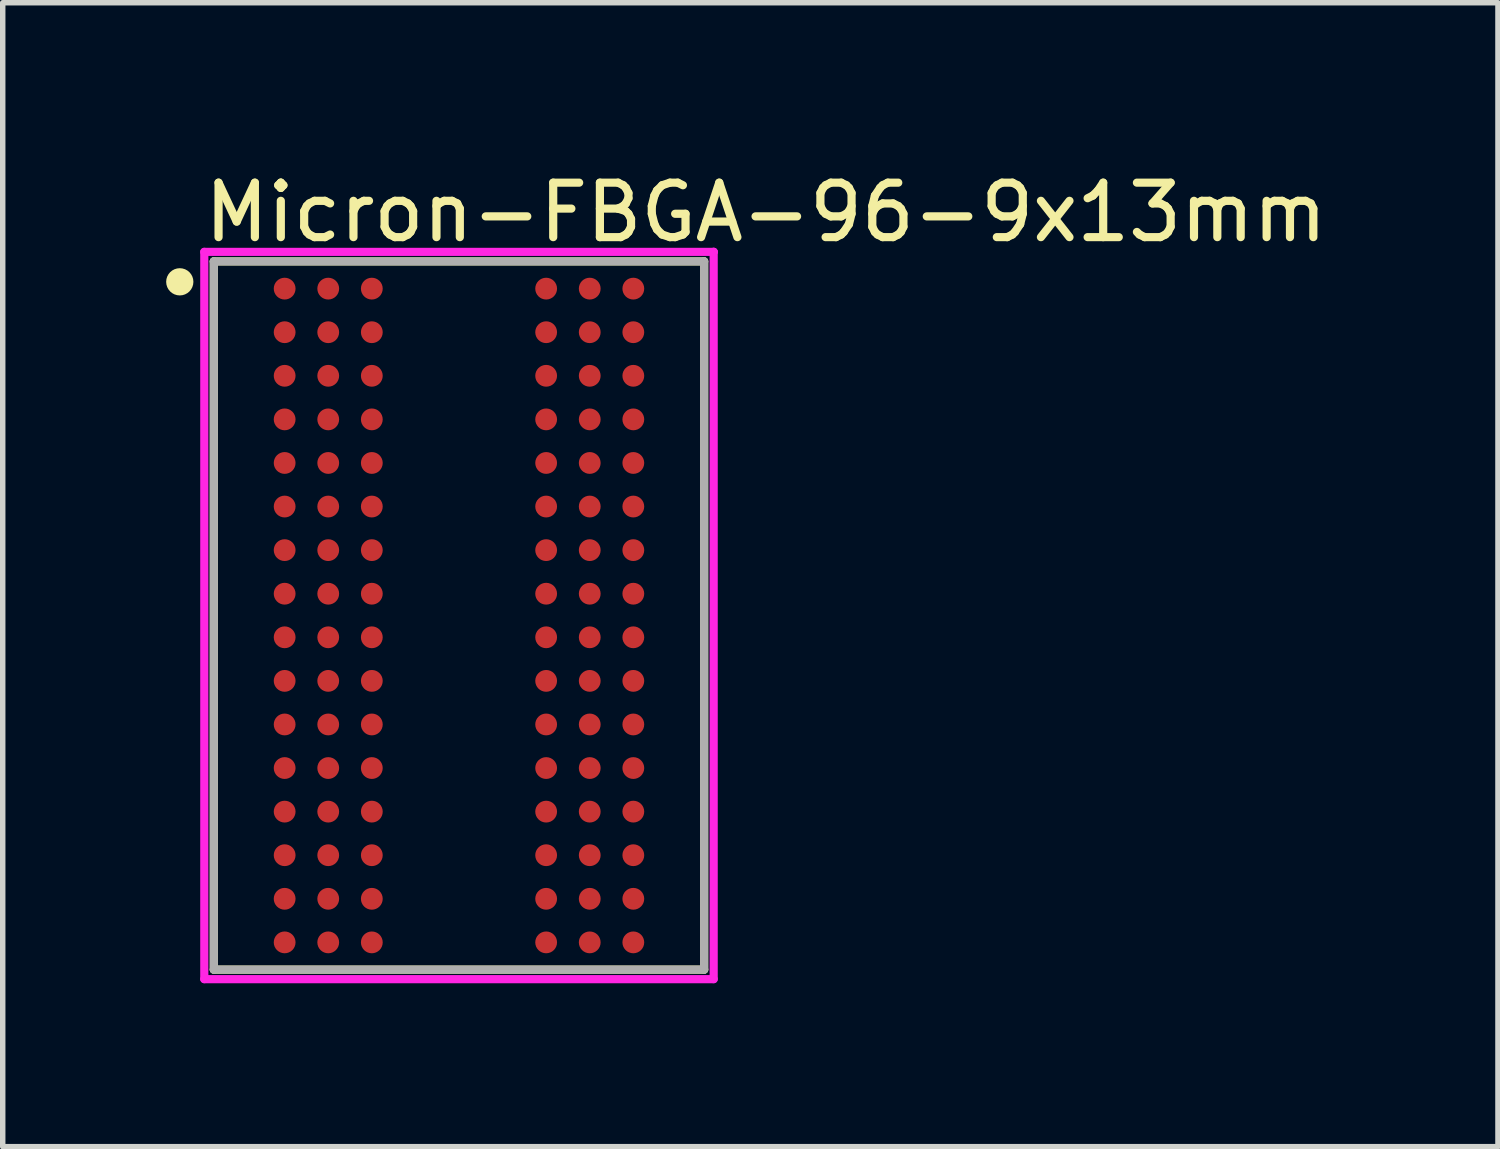
<source format=kicad_pcb>
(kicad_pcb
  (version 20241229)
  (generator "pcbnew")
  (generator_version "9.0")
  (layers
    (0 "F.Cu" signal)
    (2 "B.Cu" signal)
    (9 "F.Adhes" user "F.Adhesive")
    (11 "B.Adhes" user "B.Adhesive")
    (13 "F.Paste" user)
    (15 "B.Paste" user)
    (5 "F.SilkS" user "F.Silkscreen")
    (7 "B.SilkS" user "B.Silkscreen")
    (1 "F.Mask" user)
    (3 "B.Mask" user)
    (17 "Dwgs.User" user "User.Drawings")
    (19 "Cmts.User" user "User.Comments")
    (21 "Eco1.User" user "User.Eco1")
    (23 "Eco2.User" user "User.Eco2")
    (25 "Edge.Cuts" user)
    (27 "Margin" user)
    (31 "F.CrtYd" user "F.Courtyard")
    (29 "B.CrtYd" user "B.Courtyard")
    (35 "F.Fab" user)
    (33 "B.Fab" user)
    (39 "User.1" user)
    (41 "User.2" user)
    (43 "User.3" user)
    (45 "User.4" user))
  (footprint "Micron-FBGA-96-9x13mm"
    (layer "F.Cu")
    (at 5.375 8.248)
    (property "Reference" "Micron-FBGA-96-9x13mm" (at -4.75 -7.4 0) (layer "F.SilkS") (effects (font (size 1 1) (thickness 0.15)) (justify left)))
    (attr through_hole)
    (fp_line (start -4.5 -6.5) (end 4.5 -6.5) (stroke (width 0.15) (type solid)) (layer "F.SilkS"))
    (fp_line (start -4.5 6.5) (end -4.5 -6.5) (stroke (width 0.15) (type solid)) (layer "F.SilkS"))
    (fp_line (start 4.5 -6.5) (end 4.5 6.5) (stroke (width 0.15) (type solid)) (layer "F.SilkS"))
    (fp_line (start 4.5 6.5) (end -4.5 6.5) (stroke (width 0.15) (type solid)) (layer "F.SilkS"))
    (fp_circle (center -5.125 -6.125) (end -5 -6.125) (stroke (width 0.25) (type solid)) (fill no) (layer "F.SilkS"))
    (fp_line (start -4.675 -6.675) (end -4.675 6.675) (stroke (width 0.15) (type solid)) (layer "F.CrtYd"))
    (fp_line (start -4.675 6.675) (end 4.675 6.675) (stroke (width 0.15) (type solid)) (layer "F.CrtYd"))
    (fp_line (start 4.675 -6.675) (end -4.675 -6.675) (stroke (width 0.15) (type solid)) (layer "F.CrtYd"))
    (fp_line (start 4.675 -6.675) (end 4.675 -6.675) (stroke (width 0.15) (type solid)) (layer "F.CrtYd"))
    (fp_line (start 4.675 6.675) (end 4.675 -6.675) (stroke (width 0.15) (type solid)) (layer "F.CrtYd"))
    (fp_line (start -4.5 -6.5) (end 4.5 -6.5) (stroke (width 0.15) (type solid)) (layer "F.Fab"))
    (fp_line (start -4.5 6.5) (end -4.5 -6.5) (stroke (width 0.15) (type solid)) (layer "F.Fab"))
    (fp_line (start 4.5 -6.5) (end 4.5 6.5) (stroke (width 0.15) (type solid)) (layer "F.Fab"))
    (fp_line (start 4.5 6.5) (end -4.5 6.5) (stroke (width 0.15) (type solid)) (layer "F.Fab"))
    (pad "A1" smd circle (at -3.2 -6) (size 0.4 0.4) (layers "F.Cu" "F.Mask" "F.Paste"))
    (pad "A2" smd circle (at -2.4 -6) (size 0.4 0.4) (layers "F.Cu" "F.Mask" "F.Paste"))
    (pad "A3" smd circle (at -1.6 -6) (size 0.4 0.4) (layers "F.Cu" "F.Mask" "F.Paste"))
    (pad "A7" smd circle (at 1.6 -6) (size 0.4 0.4) (layers "F.Cu" "F.Mask" "F.Paste"))
    (pad "A8" smd circle (at 2.4 -6) (size 0.4 0.4) (layers "F.Cu" "F.Mask" "F.Paste"))
    (pad "A9" smd circle (at 3.2 -6) (size 0.4 0.4) (layers "F.Cu" "F.Mask" "F.Paste"))
    (pad "B1" smd circle (at -3.2 -5.2) (size 0.4 0.4) (layers "F.Cu" "F.Mask" "F.Paste"))
    (pad "B2" smd circle (at -2.4 -5.2) (size 0.4 0.4) (layers "F.Cu" "F.Mask" "F.Paste"))
    (pad "B3" smd circle (at -1.6 -5.2) (size 0.4 0.4) (layers "F.Cu" "F.Mask" "F.Paste"))
    (pad "B7" smd circle (at 1.6 -5.2) (size 0.4 0.4) (layers "F.Cu" "F.Mask" "F.Paste"))
    (pad "B8" smd circle (at 2.4 -5.2) (size 0.4 0.4) (layers "F.Cu" "F.Mask" "F.Paste"))
    (pad "B9" smd circle (at 3.2 -5.2) (size 0.4 0.4) (layers "F.Cu" "F.Mask" "F.Paste"))
    (pad "C1" smd circle (at -3.2 -4.4) (size 0.4 0.4) (layers "F.Cu" "F.Mask" "F.Paste"))
    (pad "C2" smd circle (at -2.4 -4.4) (size 0.4 0.4) (layers "F.Cu" "F.Mask" "F.Paste"))
    (pad "C3" smd circle (at -1.6 -4.4) (size 0.4 0.4) (layers "F.Cu" "F.Mask" "F.Paste"))
    (pad "C7" smd circle (at 1.6 -4.4) (size 0.4 0.4) (layers "F.Cu" "F.Mask" "F.Paste"))
    (pad "C8" smd circle (at 2.4 -4.4) (size 0.4 0.4) (layers "F.Cu" "F.Mask" "F.Paste"))
    (pad "C9" smd circle (at 3.2 -4.4) (size 0.4 0.4) (layers "F.Cu" "F.Mask" "F.Paste"))
    (pad "D1" smd circle (at -3.2 -3.6) (size 0.4 0.4) (layers "F.Cu" "F.Mask" "F.Paste"))
    (pad "D2" smd circle (at -2.4 -3.6) (size 0.4 0.4) (layers "F.Cu" "F.Mask" "F.Paste"))
    (pad "D3" smd circle (at -1.6 -3.6) (size 0.4 0.4) (layers "F.Cu" "F.Mask" "F.Paste"))
    (pad "D7" smd circle (at 1.6 -3.6) (size 0.4 0.4) (layers "F.Cu" "F.Mask" "F.Paste"))
    (pad "D8" smd circle (at 2.4 -3.6) (size 0.4 0.4) (layers "F.Cu" "F.Mask" "F.Paste"))
    (pad "D9" smd circle (at 3.2 -3.6) (size 0.4 0.4) (layers "F.Cu" "F.Mask" "F.Paste"))
    (pad "E1" smd circle (at -3.2 -2.8) (size 0.4 0.4) (layers "F.Cu" "F.Mask" "F.Paste"))
    (pad "E2" smd circle (at -2.4 -2.8) (size 0.4 0.4) (layers "F.Cu" "F.Mask" "F.Paste"))
    (pad "E3" smd circle (at -1.6 -2.8) (size 0.4 0.4) (layers "F.Cu" "F.Mask" "F.Paste"))
    (pad "E7" smd circle (at 1.6 -2.8) (size 0.4 0.4) (layers "F.Cu" "F.Mask" "F.Paste"))
    (pad "E8" smd circle (at 2.4 -2.8) (size 0.4 0.4) (layers "F.Cu" "F.Mask" "F.Paste"))
    (pad "E9" smd circle (at 3.2 -2.8) (size 0.4 0.4) (layers "F.Cu" "F.Mask" "F.Paste"))
    (pad "F1" smd circle (at -3.2 -2) (size 0.4 0.4) (layers "F.Cu" "F.Mask" "F.Paste"))
    (pad "F2" smd circle (at -2.4 -2) (size 0.4 0.4) (layers "F.Cu" "F.Mask" "F.Paste"))
    (pad "F3" smd circle (at -1.6 -2) (size 0.4 0.4) (layers "F.Cu" "F.Mask" "F.Paste"))
    (pad "F7" smd circle (at 1.6 -2) (size 0.4 0.4) (layers "F.Cu" "F.Mask" "F.Paste"))
    (pad "F8" smd circle (at 2.4 -2) (size 0.4 0.4) (layers "F.Cu" "F.Mask" "F.Paste"))
    (pad "F9" smd circle (at 3.2 -2) (size 0.4 0.4) (layers "F.Cu" "F.Mask" "F.Paste"))
    (pad "G1" smd circle (at -3.2 -1.2) (size 0.4 0.4) (layers "F.Cu" "F.Mask" "F.Paste"))
    (pad "G2" smd circle (at -2.4 -1.2) (size 0.4 0.4) (layers "F.Cu" "F.Mask" "F.Paste"))
    (pad "G3" smd circle (at -1.6 -1.2) (size 0.4 0.4) (layers "F.Cu" "F.Mask" "F.Paste"))
    (pad "G7" smd circle (at 1.6 -1.2) (size 0.4 0.4) (layers "F.Cu" "F.Mask" "F.Paste"))
    (pad "G8" smd circle (at 2.4 -1.2) (size 0.4 0.4) (layers "F.Cu" "F.Mask" "F.Paste"))
    (pad "G9" smd circle (at 3.2 -1.2) (size 0.4 0.4) (layers "F.Cu" "F.Mask" "F.Paste"))
    (pad "H1" smd circle (at -3.2 -0.4) (size 0.4 0.4) (layers "F.Cu" "F.Mask" "F.Paste"))
    (pad "H2" smd circle (at -2.4 -0.4) (size 0.4 0.4) (layers "F.Cu" "F.Mask" "F.Paste"))
    (pad "H3" smd circle (at -1.6 -0.4) (size 0.4 0.4) (layers "F.Cu" "F.Mask" "F.Paste"))
    (pad "H7" smd circle (at 1.6 -0.4) (size 0.4 0.4) (layers "F.Cu" "F.Mask" "F.Paste"))
    (pad "H8" smd circle (at 2.4 -0.4) (size 0.4 0.4) (layers "F.Cu" "F.Mask" "F.Paste"))
    (pad "H9" smd circle (at 3.2 -0.4) (size 0.4 0.4) (layers "F.Cu" "F.Mask" "F.Paste"))
    (pad "J1" smd circle (at -3.2 0.4) (size 0.4 0.4) (layers "F.Cu" "F.Mask" "F.Paste"))
    (pad "J2" smd circle (at -2.4 0.4) (size 0.4 0.4) (layers "F.Cu" "F.Mask" "F.Paste"))
    (pad "J3" smd circle (at -1.6 0.4) (size 0.4 0.4) (layers "F.Cu" "F.Mask" "F.Paste"))
    (pad "J7" smd circle (at 1.6 0.4) (size 0.4 0.4) (layers "F.Cu" "F.Mask" "F.Paste"))
    (pad "J8" smd circle (at 2.4 0.4) (size 0.4 0.4) (layers "F.Cu" "F.Mask" "F.Paste"))
    (pad "J9" smd circle (at 3.2 0.4) (size 0.4 0.4) (layers "F.Cu" "F.Mask" "F.Paste"))
    (pad "K1" smd circle (at -3.2 1.2) (size 0.4 0.4) (layers "F.Cu" "F.Mask" "F.Paste"))
    (pad "K2" smd circle (at -2.4 1.2) (size 0.4 0.4) (layers "F.Cu" "F.Mask" "F.Paste"))
    (pad "K3" smd circle (at -1.6 1.2) (size 0.4 0.4) (layers "F.Cu" "F.Mask" "F.Paste"))
    (pad "K7" smd circle (at 1.6 1.2) (size 0.4 0.4) (layers "F.Cu" "F.Mask" "F.Paste"))
    (pad "K8" smd circle (at 2.4 1.2) (size 0.4 0.4) (layers "F.Cu" "F.Mask" "F.Paste"))
    (pad "K9" smd circle (at 3.2 1.2) (size 0.4 0.4) (layers "F.Cu" "F.Mask" "F.Paste"))
    (pad "L1" smd circle (at -3.2 2) (size 0.4 0.4) (layers "F.Cu" "F.Mask" "F.Paste"))
    (pad "L2" smd circle (at -2.4 2) (size 0.4 0.4) (layers "F.Cu" "F.Mask" "F.Paste"))
    (pad "L3" smd circle (at -1.6 2) (size 0.4 0.4) (layers "F.Cu" "F.Mask" "F.Paste"))
    (pad "L7" smd circle (at 1.6 2) (size 0.4 0.4) (layers "F.Cu" "F.Mask" "F.Paste"))
    (pad "L8" smd circle (at 2.4 2) (size 0.4 0.4) (layers "F.Cu" "F.Mask" "F.Paste"))
    (pad "L9" smd circle (at 3.2 2) (size 0.4 0.4) (layers "F.Cu" "F.Mask" "F.Paste"))
    (pad "M1" smd circle (at -3.2 2.8) (size 0.4 0.4) (layers "F.Cu" "F.Mask" "F.Paste"))
    (pad "M2" smd circle (at -2.4 2.8) (size 0.4 0.4) (layers "F.Cu" "F.Mask" "F.Paste"))
    (pad "M3" smd circle (at -1.6 2.8) (size 0.4 0.4) (layers "F.Cu" "F.Mask" "F.Paste"))
    (pad "M7" smd circle (at 1.6 2.8) (size 0.4 0.4) (layers "F.Cu" "F.Mask" "F.Paste"))
    (pad "M8" smd circle (at 2.4 2.8) (size 0.4 0.4) (layers "F.Cu" "F.Mask" "F.Paste"))
    (pad "M9" smd circle (at 3.2 2.8) (size 0.4 0.4) (layers "F.Cu" "F.Mask" "F.Paste"))
    (pad "N1" smd circle (at -3.2 3.6) (size 0.4 0.4) (layers "F.Cu" "F.Mask" "F.Paste"))
    (pad "N2" smd circle (at -2.4 3.6) (size 0.4 0.4) (layers "F.Cu" "F.Mask" "F.Paste"))
    (pad "N3" smd circle (at -1.6 3.6) (size 0.4 0.4) (layers "F.Cu" "F.Mask" "F.Paste"))
    (pad "N7" smd circle (at 1.6 3.6) (size 0.4 0.4) (layers "F.Cu" "F.Mask" "F.Paste"))
    (pad "N8" smd circle (at 2.4 3.6) (size 0.4 0.4) (layers "F.Cu" "F.Mask" "F.Paste"))
    (pad "N9" smd circle (at 3.2 3.6) (size 0.4 0.4) (layers "F.Cu" "F.Mask" "F.Paste"))
    (pad "P1" smd circle (at -3.2 4.4) (size 0.4 0.4) (layers "F.Cu" "F.Mask" "F.Paste"))
    (pad "P2" smd circle (at -2.4 4.4) (size 0.4 0.4) (layers "F.Cu" "F.Mask" "F.Paste"))
    (pad "P3" smd circle (at -1.6 4.4) (size 0.4 0.4) (layers "F.Cu" "F.Mask" "F.Paste"))
    (pad "P7" smd circle (at 1.6 4.4) (size 0.4 0.4) (layers "F.Cu" "F.Mask" "F.Paste"))
    (pad "P8" smd circle (at 2.4 4.4) (size 0.4 0.4) (layers "F.Cu" "F.Mask" "F.Paste"))
    (pad "P9" smd circle (at 3.2 4.4) (size 0.4 0.4) (layers "F.Cu" "F.Mask" "F.Paste"))
    (pad "R1" smd circle (at -3.2 5.2) (size 0.4 0.4) (layers "F.Cu" "F.Mask" "F.Paste"))
    (pad "R2" smd circle (at -2.4 5.2) (size 0.4 0.4) (layers "F.Cu" "F.Mask" "F.Paste"))
    (pad "R3" smd circle (at -1.6 5.2) (size 0.4 0.4) (layers "F.Cu" "F.Mask" "F.Paste"))
    (pad "R7" smd circle (at 1.6 5.2) (size 0.4 0.4) (layers "F.Cu" "F.Mask" "F.Paste"))
    (pad "R8" smd circle (at 2.4 5.2) (size 0.4 0.4) (layers "F.Cu" "F.Mask" "F.Paste"))
    (pad "R9" smd circle (at 3.2 5.2) (size 0.4 0.4) (layers "F.Cu" "F.Mask" "F.Paste"))
    (pad "T1" smd circle (at -3.2 6) (size 0.4 0.4) (layers "F.Cu" "F.Mask" "F.Paste"))
    (pad "T2" smd circle (at -2.4 6) (size 0.4 0.4) (layers "F.Cu" "F.Mask" "F.Paste"))
    (pad "T3" smd circle (at -1.6 6) (size 0.4 0.4) (layers "F.Cu" "F.Mask" "F.Paste"))
    (pad "T7" smd circle (at 1.6 6) (size 0.4 0.4) (layers "F.Cu" "F.Mask" "F.Paste"))
    (pad "T8" smd circle (at 2.4 6) (size 0.4 0.4) (layers "F.Cu" "F.Mask" "F.Paste"))
    (pad "T9" smd circle (at 3.2 6) (size 0.4 0.4) (layers "F.Cu" "F.Mask" "F.Paste")))
  (gr_rect
    (start -3 -3)
    (end 24.446 17.998)
    (stroke (width 0.1) (type default))
    (fill no)
    (layer "Edge.Cuts")))
</source>
